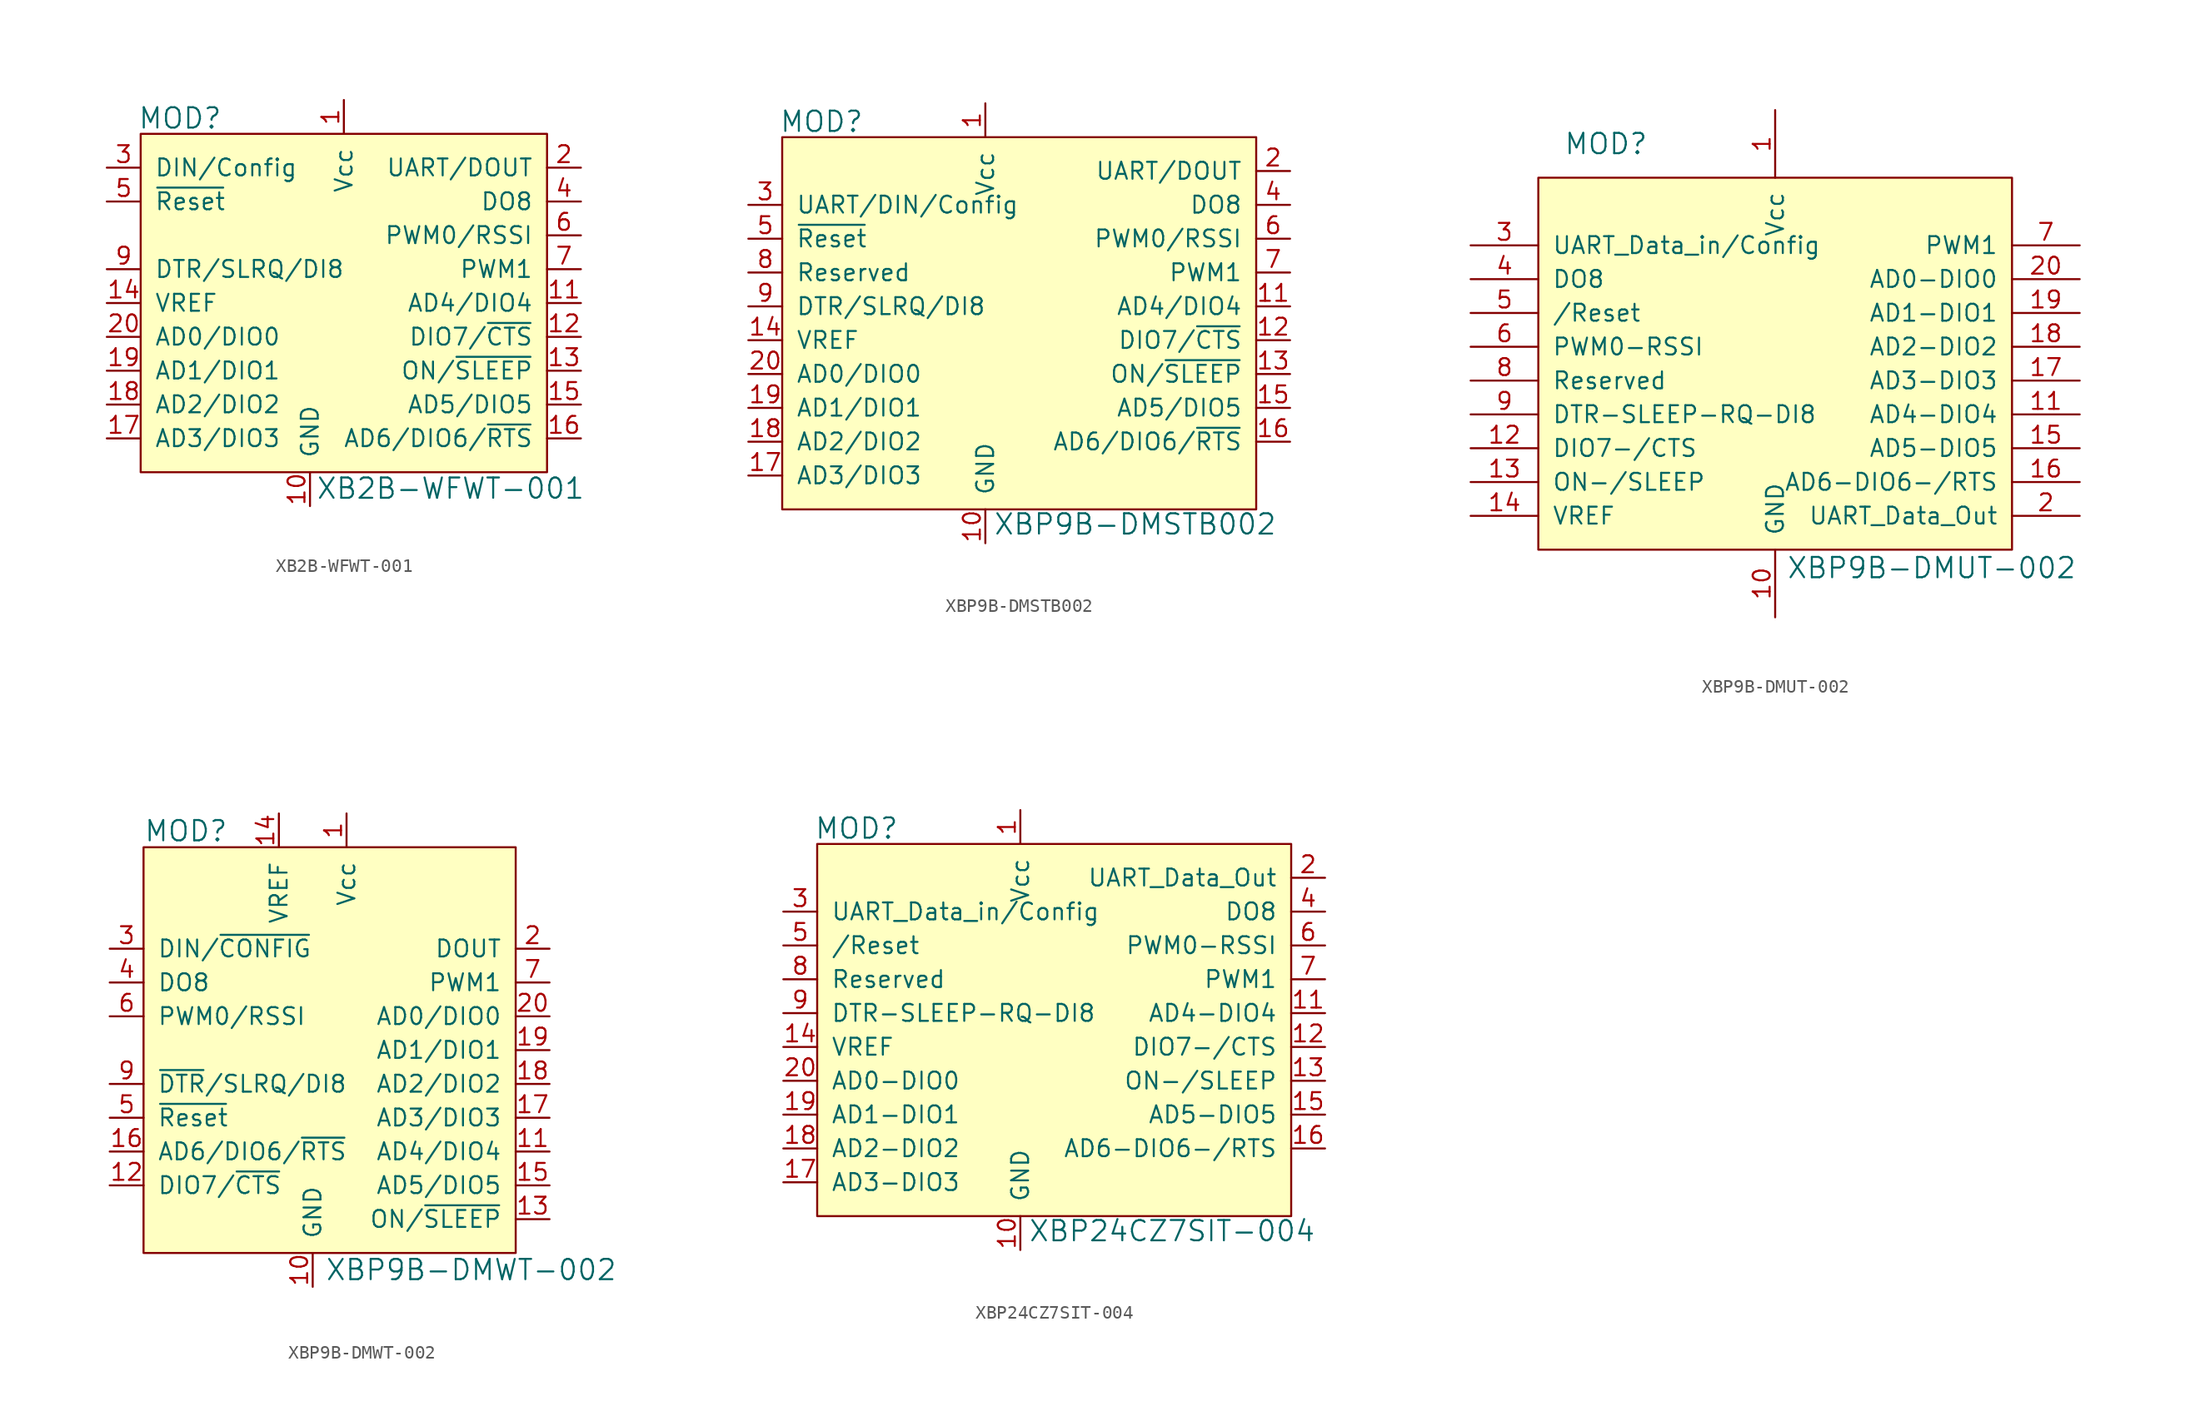
<source format=kicad_sym>
(kicad_symbol_lib
  (version 20220914)
  (generator kicad_symbol_editor)
  (symbol "XB2B-WFWT-001"
    (pin_names
      (offset 1.016))
    (property "Reference" "MOD"
      (at -15.469 16.408 0)
      (effects (font (size 1.524 1.524)) (justify left)))
    (property "Value" "XB2B-WFWT-001"
      (at -2.108 -11.379 0)
      (effects (font (size 1.524 1.524)) (justify left)))
    (symbol "XB2B-WFWT-001_0_1"
      (rectangle (start -15.24 15.24) (end 15.24 -10.16) (stroke (width 0) (type solid)) (fill (type background))))
    (symbol "XB2B-WFWT-001_1_1"
      (pin power_in line (at 0 17.78 270) (length 2.54) (name "Vcc" (effects (font (size 1.27 1.27)))) (number "1" (effects (font (size 1.27 1.27)))))
      (pin power_in line (at -2.54 -12.7 90) (length 2.54) (name "GND" (effects (font (size 1.27 1.27)))) (number "10" (effects (font (size 1.27 1.27)))))
      (pin bidirectional line (at 17.78 2.54 180) (length 2.54) (name "AD4/DIO4" (effects (font (size 1.27 1.27)))) (number "11" (effects (font (size 1.27 1.27)))))
      (pin bidirectional line (at 17.78 0 180) (length 2.54) (name "DIO7/~{CTS}" (effects (font (size 1.27 1.27)))) (number "12" (effects (font (size 1.27 1.27)))))
      (pin output line (at 17.78 -2.54 180) (length 2.54) (name "ON/~{SLEEP}" (effects (font (size 1.27 1.27)))) (number "13" (effects (font (size 1.27 1.27)))))
      (pin input line (at -17.78 2.54 0) (length 2.54) (name "VREF" (effects (font (size 1.27 1.27)))) (number "14" (effects (font (size 1.27 1.27)))))
      (pin bidirectional line (at 17.78 -5.08 180) (length 2.54) (name "AD5/DIO5" (effects (font (size 1.27 1.27)))) (number "15" (effects (font (size 1.27 1.27)))))
      (pin bidirectional line (at 17.78 -7.62 180) (length 2.54) (name "AD6/DIO6/~{RTS}" (effects (font (size 1.27 1.27)))) (number "16" (effects (font (size 1.27 1.27)))))
      (pin bidirectional line (at -17.78 -7.62 0) (length 2.54) (name "AD3/DIO3" (effects (font (size 1.27 1.27)))) (number "17" (effects (font (size 1.27 1.27)))))
      (pin bidirectional line (at -17.78 -5.08 0) (length 2.54) (name "AD2/DIO2" (effects (font (size 1.27 1.27)))) (number "18" (effects (font (size 1.27 1.27)))))
      (pin bidirectional line (at -17.78 -2.54 0) (length 2.54) (name "AD1/DIO1" (effects (font (size 1.27 1.27)))) (number "19" (effects (font (size 1.27 1.27)))))
      (pin output line (at 17.78 12.7 180) (length 2.54) (name "UART/DOUT" (effects (font (size 1.27 1.27)))) (number "2" (effects (font (size 1.27 1.27)))))
      (pin bidirectional line (at -17.78 0 0) (length 2.54) (name "AD0/DIO0" (effects (font (size 1.27 1.27)))) (number "20" (effects (font (size 1.27 1.27)))))
      (pin input line (at -17.78 12.7 0) (length 2.54) (name "DIN/Config" (effects (font (size 1.27 1.27)))) (number "3" (effects (font (size 1.27 1.27)))))
      (pin output line (at 17.78 10.16 180) (length 2.54) (name "DO8" (effects (font (size 1.27 1.27)))) (number "4" (effects (font (size 1.27 1.27)))))
      (pin input line (at -17.78 10.16 0) (length 2.54) (name "~{Reset}" (effects (font (size 1.27 1.27)))) (number "5" (effects (font (size 1.27 1.27)))))
      (pin output line (at 17.78 7.62 180) (length 2.54) (name "PWM0/RSSI" (effects (font (size 1.27 1.27)))) (number "6" (effects (font (size 1.27 1.27)))))
      (pin output line (at 17.78 5.08 180) (length 2.54) (name "PWM1" (effects (font (size 1.27 1.27)))) (number "7" (effects (font (size 1.27 1.27)))))
      (pin no_connect line (at -15.24 7.62 0) (length 2.54) hide (name "Reserved" (effects (font (size 1.27 1.27)))) (number "8" (effects (font (size 1.27 1.27)))))
      (pin input line (at -17.78 5.08 0) (length 2.54) (name "DTR/SLRQ/DI8" (effects (font (size 1.27 1.27)))) (number "9" (effects (font (size 1.27 1.27)))))))
  (symbol "XBP9B-DMSTB002"
    (pin_names
      (offset 1.016))
    (property "Reference" "MOD"
      (at -18.009 18.948 0)
      (effects (font (size 1.524 1.524)) (justify left)))
    (property "Value" "XBP9B-DMSTB002"
      (at -1.956 -11.278 0)
      (effects (font (size 1.524 1.524)) (justify left)))
    (symbol "XBP9B-DMSTB002_0_1"
      (rectangle (start -17.78 17.78) (end 17.78 -10.16) (stroke (width 0) (type solid)) (fill (type background))))
    (symbol "XBP9B-DMSTB002_1_1"
      (pin power_in line (at -2.54 20.32 270) (length 2.54) (name "Vcc" (effects (font (size 1.27 1.27)))) (number "1" (effects (font (size 1.27 1.27)))))
      (pin power_in line (at -2.54 -12.7 90) (length 2.54) (name "GND" (effects (font (size 1.27 1.27)))) (number "10" (effects (font (size 1.27 1.27)))))
      (pin bidirectional line (at 20.32 5.08 180) (length 2.54) (name "AD4/DIO4" (effects (font (size 1.27 1.27)))) (number "11" (effects (font (size 1.27 1.27)))))
      (pin bidirectional line (at 20.32 2.54 180) (length 2.54) (name "DIO7/~{CTS}" (effects (font (size 1.27 1.27)))) (number "12" (effects (font (size 1.27 1.27)))))
      (pin output line (at 20.32 0 180) (length 2.54) (name "ON/~{SLEEP}" (effects (font (size 1.27 1.27)))) (number "13" (effects (font (size 1.27 1.27)))))
      (pin input line (at -20.32 2.54 0) (length 2.54) (name "VREF" (effects (font (size 1.27 1.27)))) (number "14" (effects (font (size 1.27 1.27)))))
      (pin bidirectional line (at 20.32 -2.54 180) (length 2.54) (name "AD5/DIO5" (effects (font (size 1.27 1.27)))) (number "15" (effects (font (size 1.27 1.27)))))
      (pin bidirectional line (at 20.32 -5.08 180) (length 2.54) (name "AD6/DIO6/~{RTS}" (effects (font (size 1.27 1.27)))) (number "16" (effects (font (size 1.27 1.27)))))
      (pin bidirectional line (at -20.32 -7.62 0) (length 2.54) (name "AD3/DIO3" (effects (font (size 1.27 1.27)))) (number "17" (effects (font (size 1.27 1.27)))))
      (pin bidirectional line (at -20.32 -5.08 0) (length 2.54) (name "AD2/DIO2" (effects (font (size 1.27 1.27)))) (number "18" (effects (font (size 1.27 1.27)))))
      (pin bidirectional line (at -20.32 -2.54 0) (length 2.54) (name "AD1/DIO1" (effects (font (size 1.27 1.27)))) (number "19" (effects (font (size 1.27 1.27)))))
      (pin output line (at 20.32 15.24 180) (length 2.54) (name "UART/DOUT" (effects (font (size 1.27 1.27)))) (number "2" (effects (font (size 1.27 1.27)))))
      (pin bidirectional line (at -20.32 0 0) (length 2.54) (name "AD0/DIO0" (effects (font (size 1.27 1.27)))) (number "20" (effects (font (size 1.27 1.27)))))
      (pin input line (at -20.32 12.7 0) (length 2.54) (name "UART/DIN/Config" (effects (font (size 1.27 1.27)))) (number "3" (effects (font (size 1.27 1.27)))))
      (pin output line (at 20.32 12.7 180) (length 2.54) (name "DO8" (effects (font (size 1.27 1.27)))) (number "4" (effects (font (size 1.27 1.27)))))
      (pin input line (at -20.32 10.16 0) (length 2.54) (name "~{Reset}" (effects (font (size 1.27 1.27)))) (number "5" (effects (font (size 1.27 1.27)))))
      (pin output line (at 20.32 10.16 180) (length 2.54) (name "PWM0/RSSI" (effects (font (size 1.27 1.27)))) (number "6" (effects (font (size 1.27 1.27)))))
      (pin output line (at 20.32 7.62 180) (length 2.54) (name "PWM1" (effects (font (size 1.27 1.27)))) (number "7" (effects (font (size 1.27 1.27)))))
      (pin bidirectional line (at -20.32 7.62 0) (length 2.54) (name "Reserved" (effects (font (size 1.27 1.27)))) (number "8" (effects (font (size 1.27 1.27)))))
      (pin input line (at -20.32 5.08 0) (length 2.54) (name "DTR/SLRQ/DI8" (effects (font (size 1.27 1.27)))) (number "9" (effects (font (size 1.27 1.27)))))))
  (symbol "XBP9B-DMUT-002"
    (pin_names
      (offset 1.016))
    (property "Reference" "MOD"
      (at -12.7 10.16 0)
      (effects (font (size 1.524 1.524))))
    (property "Value" "XBP9B-DMUT-002"
      (at 0.838 -21.692 0)
      (effects (font (size 1.524 1.524)) (justify left)))
    (symbol "XBP9B-DMUT-002_0_1"
      (rectangle (start -17.78 7.62) (end 17.78 -20.32) (stroke (width 0) (type solid)) (fill (type background))))
    (symbol "XBP9B-DMUT-002_1_1"
      (pin power_in line (at 0 12.7 270) (length 5.08) (name "Vcc" (effects (font (size 1.27 1.27)))) (number "1" (effects (font (size 1.27 1.27)))))
      (pin power_in line (at 0 -25.4 90) (length 5.08) (name "GND" (effects (font (size 1.27 1.27)))) (number "10" (effects (font (size 1.27 1.27)))))
      (pin bidirectional line (at 22.86 -10.16 180) (length 5.08) (name "AD4-DIO4" (effects (font (size 1.27 1.27)))) (number "11" (effects (font (size 1.27 1.27)))))
      (pin bidirectional line (at -22.86 -12.7 0) (length 5.08) (name "DIO7-/CTS" (effects (font (size 1.27 1.27)))) (number "12" (effects (font (size 1.27 1.27)))))
      (pin input line (at -22.86 -15.24 0) (length 5.08) (name "ON-/SLEEP" (effects (font (size 1.27 1.27)))) (number "13" (effects (font (size 1.27 1.27)))))
      (pin input line (at -22.86 -17.78 0) (length 5.08) (name "VREF" (effects (font (size 1.27 1.27)))) (number "14" (effects (font (size 1.27 1.27)))))
      (pin bidirectional line (at 22.86 -12.7 180) (length 5.08) (name "AD5-DIO5" (effects (font (size 1.27 1.27)))) (number "15" (effects (font (size 1.27 1.27)))))
      (pin bidirectional line (at 22.86 -15.24 180) (length 5.08) (name "AD6-DIO6-/RTS" (effects (font (size 1.27 1.27)))) (number "16" (effects (font (size 1.27 1.27)))))
      (pin bidirectional line (at 22.86 -7.62 180) (length 5.08) (name "AD3-DIO3" (effects (font (size 1.27 1.27)))) (number "17" (effects (font (size 1.27 1.27)))))
      (pin bidirectional line (at 22.86 -5.08 180) (length 5.08) (name "AD2-DIO2" (effects (font (size 1.27 1.27)))) (number "18" (effects (font (size 1.27 1.27)))))
      (pin bidirectional line (at 22.86 -2.54 180) (length 5.08) (name "AD1-DIO1" (effects (font (size 1.27 1.27)))) (number "19" (effects (font (size 1.27 1.27)))))
      (pin output line (at 22.86 -17.78 180) (length 5.08) (name "UART_Data_Out" (effects (font (size 1.27 1.27)))) (number "2" (effects (font (size 1.27 1.27)))))
      (pin bidirectional line (at 22.86 0 180) (length 5.08) (name "AD0-DIO0" (effects (font (size 1.27 1.27)))) (number "20" (effects (font (size 1.27 1.27)))))
      (pin input line (at -22.86 2.54 0) (length 5.08) (name "UART_Data_in/Config" (effects (font (size 1.27 1.27)))) (number "3" (effects (font (size 1.27 1.27)))))
      (pin bidirectional line (at -22.86 0 0) (length 5.08) (name "DO8" (effects (font (size 1.27 1.27)))) (number "4" (effects (font (size 1.27 1.27)))))
      (pin input line (at -22.86 -2.54 0) (length 5.08) (name "/Reset" (effects (font (size 1.27 1.27)))) (number "5" (effects (font (size 1.27 1.27)))))
      (pin bidirectional line (at -22.86 -5.08 0) (length 5.08) (name "PWM0-RSSI" (effects (font (size 1.27 1.27)))) (number "6" (effects (font (size 1.27 1.27)))))
      (pin output line (at 22.86 2.54 180) (length 5.08) (name "PWM1" (effects (font (size 1.27 1.27)))) (number "7" (effects (font (size 1.27 1.27)))))
      (pin bidirectional line (at -22.86 -7.62 0) (length 5.08) (name "Reserved" (effects (font (size 1.27 1.27)))) (number "8" (effects (font (size 1.27 1.27)))))
      (pin bidirectional line (at -22.86 -10.16 0) (length 5.08) (name "DTR-SLEEP-RQ-DI8" (effects (font (size 1.27 1.27)))) (number "9" (effects (font (size 1.27 1.27)))))))
  (symbol "XBP9B-DMWT-002"
    (pin_names
      (offset 1.016))
    (property "Reference" "MOD"
      (at -12.7 29.159 0)
      (effects (font (size 1.524 1.524)) (justify left)))
    (property "Value" "XBP9B-DMWT-002"
      (at 0.914 -3.81 0)
      (effects (font (size 1.524 1.524)) (justify left)))
    (symbol "XBP9B-DMWT-002_0_1"
      (rectangle (start -12.7 27.94) (end 15.24 -2.54) (stroke (width 0) (type solid)) (fill (type background))))
    (symbol "XBP9B-DMWT-002_1_1"
      (pin power_in line (at 2.54 30.48 270) (length 2.54) (name "Vcc" (effects (font (size 1.27 1.27)))) (number "1" (effects (font (size 1.27 1.27)))))
      (pin power_in line (at 0 -5.08 90) (length 2.54) (name "GND" (effects (font (size 1.27 1.27)))) (number "10" (effects (font (size 1.27 1.27)))))
      (pin bidirectional line (at 17.78 5.08 180) (length 2.54) (name "AD4/DIO4" (effects (font (size 1.27 1.27)))) (number "11" (effects (font (size 1.27 1.27)))))
      (pin bidirectional line (at -15.24 2.54 0) (length 2.54) (name "DIO7/~{CTS}" (effects (font (size 1.27 1.27)))) (number "12" (effects (font (size 1.27 1.27)))))
      (pin input line (at 17.78 0 180) (length 2.54) (name "ON/~{SLEEP}" (effects (font (size 1.27 1.27)))) (number "13" (effects (font (size 1.27 1.27)))))
      (pin input line (at -2.54 30.48 270) (length 2.54) (name "VREF" (effects (font (size 1.27 1.27)))) (number "14" (effects (font (size 1.27 1.27)))))
      (pin bidirectional line (at 17.78 2.54 180) (length 2.54) (name "AD5/DIO5" (effects (font (size 1.27 1.27)))) (number "15" (effects (font (size 1.27 1.27)))))
      (pin bidirectional line (at -15.24 5.08 0) (length 2.54) (name "AD6/DIO6/~{RTS}" (effects (font (size 1.27 1.27)))) (number "16" (effects (font (size 1.27 1.27)))))
      (pin bidirectional line (at 17.78 7.62 180) (length 2.54) (name "AD3/DIO3" (effects (font (size 1.27 1.27)))) (number "17" (effects (font (size 1.27 1.27)))))
      (pin bidirectional line (at 17.78 10.16 180) (length 2.54) (name "AD2/DIO2" (effects (font (size 1.27 1.27)))) (number "18" (effects (font (size 1.27 1.27)))))
      (pin bidirectional line (at 17.78 12.7 180) (length 2.54) (name "AD1/DIO1" (effects (font (size 1.27 1.27)))) (number "19" (effects (font (size 1.27 1.27)))))
      (pin output line (at 17.78 20.32 180) (length 2.54) (name "DOUT" (effects (font (size 1.27 1.27)))) (number "2" (effects (font (size 1.27 1.27)))))
      (pin bidirectional line (at 17.78 15.24 180) (length 2.54) (name "AD0/DIO0" (effects (font (size 1.27 1.27)))) (number "20" (effects (font (size 1.27 1.27)))))
      (pin input line (at -15.24 20.32 0) (length 2.54) (name "DIN/~{CONFIG}" (effects (font (size 1.27 1.27)))) (number "3" (effects (font (size 1.27 1.27)))))
      (pin bidirectional line (at -15.24 17.78 0) (length 2.54) (name "DO8" (effects (font (size 1.27 1.27)))) (number "4" (effects (font (size 1.27 1.27)))))
      (pin input line (at -15.24 7.62 0) (length 2.54) (name "~{Reset}" (effects (font (size 1.27 1.27)))) (number "5" (effects (font (size 1.27 1.27)))))
      (pin bidirectional line (at -15.24 15.24 0) (length 2.54) (name "PWM0/RSSI" (effects (font (size 1.27 1.27)))) (number "6" (effects (font (size 1.27 1.27)))))
      (pin output line (at 17.78 17.78 180) (length 2.54) (name "PWM1" (effects (font (size 1.27 1.27)))) (number "7" (effects (font (size 1.27 1.27)))))
      (pin no_connect line (at -12.7 12.7 0) (length 2.54) hide (name "Reserved" (effects (font (size 1.27 1.27)))) (number "8" (effects (font (size 1.27 1.27)))))
      (pin bidirectional line (at -15.24 10.16 0) (length 2.54) (name "~{DTR}/SLRQ/DI8" (effects (font (size 1.27 1.27)))) (number "9" (effects (font (size 1.27 1.27)))))))
  (symbol "XBP24CZ7SIT-004"
    (pin_names
      (offset 1.016))
    (property "Reference" "MOD"
      (at -18.009 18.948 0)
      (effects (font (size 1.524 1.524)) (justify left)))
    (property "Value" "XBP24CZ7SIT-004"
      (at -1.956 -11.278 0)
      (effects (font (size 1.524 1.524)) (justify left)))
    (symbol "XBP24CZ7SIT-004_0_1"
      (rectangle (start -17.78 17.78) (end 17.78 -10.16) (stroke (width 0) (type solid)) (fill (type background))))
    (symbol "XBP24CZ7SIT-004_1_1"
      (pin power_in line (at -2.54 20.32 270) (length 2.54) (name "Vcc" (effects (font (size 1.27 1.27)))) (number "1" (effects (font (size 1.27 1.27)))))
      (pin power_in line (at -2.54 -12.7 90) (length 2.54) (name "GND" (effects (font (size 1.27 1.27)))) (number "10" (effects (font (size 1.27 1.27)))))
      (pin bidirectional line (at 20.32 5.08 180) (length 2.54) (name "AD4-DIO4" (effects (font (size 1.27 1.27)))) (number "11" (effects (font (size 1.27 1.27)))))
      (pin bidirectional line (at 20.32 2.54 180) (length 2.54) (name "DIO7-/CTS" (effects (font (size 1.27 1.27)))) (number "12" (effects (font (size 1.27 1.27)))))
      (pin output line (at 20.32 0 180) (length 2.54) (name "ON-/SLEEP" (effects (font (size 1.27 1.27)))) (number "13" (effects (font (size 1.27 1.27)))))
      (pin input line (at -20.32 2.54 0) (length 2.54) (name "VREF" (effects (font (size 1.27 1.27)))) (number "14" (effects (font (size 1.27 1.27)))))
      (pin bidirectional line (at 20.32 -2.54 180) (length 2.54) (name "AD5-DIO5" (effects (font (size 1.27 1.27)))) (number "15" (effects (font (size 1.27 1.27)))))
      (pin bidirectional line (at 20.32 -5.08 180) (length 2.54) (name "AD6-DIO6-/RTS" (effects (font (size 1.27 1.27)))) (number "16" (effects (font (size 1.27 1.27)))))
      (pin bidirectional line (at -20.32 -7.62 0) (length 2.54) (name "AD3-DIO3" (effects (font (size 1.27 1.27)))) (number "17" (effects (font (size 1.27 1.27)))))
      (pin bidirectional line (at -20.32 -5.08 0) (length 2.54) (name "AD2-DIO2" (effects (font (size 1.27 1.27)))) (number "18" (effects (font (size 1.27 1.27)))))
      (pin bidirectional line (at -20.32 -2.54 0) (length 2.54) (name "AD1-DIO1" (effects (font (size 1.27 1.27)))) (number "19" (effects (font (size 1.27 1.27)))))
      (pin output line (at 20.32 15.24 180) (length 2.54) (name "UART_Data_Out" (effects (font (size 1.27 1.27)))) (number "2" (effects (font (size 1.27 1.27)))))
      (pin bidirectional line (at -20.32 0 0) (length 2.54) (name "AD0-DIO0" (effects (font (size 1.27 1.27)))) (number "20" (effects (font (size 1.27 1.27)))))
      (pin input line (at -20.32 12.7 0) (length 2.54) (name "UART_Data_in/Config" (effects (font (size 1.27 1.27)))) (number "3" (effects (font (size 1.27 1.27)))))
      (pin output line (at 20.32 12.7 180) (length 2.54) (name "DO8" (effects (font (size 1.27 1.27)))) (number "4" (effects (font (size 1.27 1.27)))))
      (pin input line (at -20.32 10.16 0) (length 2.54) (name "/Reset" (effects (font (size 1.27 1.27)))) (number "5" (effects (font (size 1.27 1.27)))))
      (pin output line (at 20.32 10.16 180) (length 2.54) (name "PWM0-RSSI" (effects (font (size 1.27 1.27)))) (number "6" (effects (font (size 1.27 1.27)))))
      (pin output line (at 20.32 7.62 180) (length 2.54) (name "PWM1" (effects (font (size 1.27 1.27)))) (number "7" (effects (font (size 1.27 1.27)))))
      (pin bidirectional line (at -20.32 7.62 0) (length 2.54) (name "Reserved" (effects (font (size 1.27 1.27)))) (number "8" (effects (font (size 1.27 1.27)))))
      (pin input line (at -20.32 5.08 0) (length 2.54) (name "DTR-SLEEP-RQ-DI8" (effects (font (size 1.27 1.27)))) (number "9" (effects (font (size 1.27 1.27))))))))
</source>
